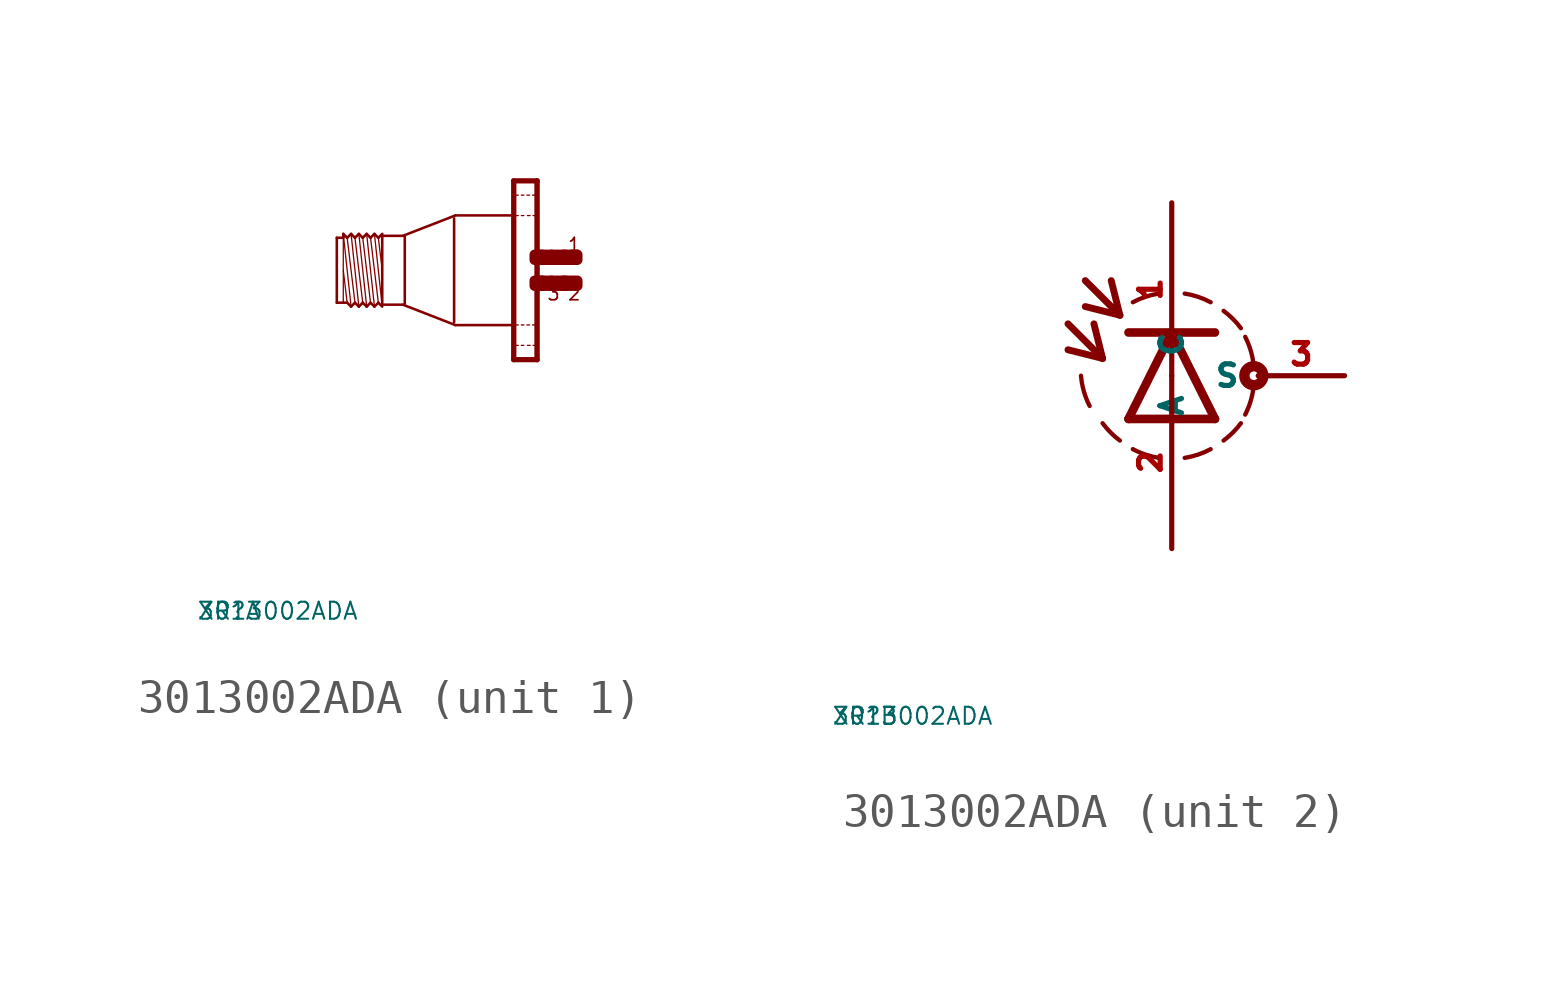
<source format=kicad_sym>
(kicad_symbol_lib
  (version 20220914)
  (generator Eagle2Kicad)
  (symbol "3013002ADA"
    (property "Reference" "XR"
      (at -10 -10 0)
      (effects (font (size 0.5 0.5) (thickness 0.06)) (justify left)))
    (property "Value" "3013002ADA"
      (at -10 -10 0)
      (effects (font (size 0.5 0.5) (thickness 0.06)) (justify left)))
    (symbol "3013002ADA_1_0"
      (polyline (pts (xy -4.548 -1.067) (xy -4.777 1.067)) (stroke (width 0.038) (type default)) (fill (type none)))
      (polyline (pts (xy -4.662 0.953) (xy -4.548 0)) (stroke (width 0.038) (type default)) (fill (type none)))
      (polyline (pts (xy -4.662 -0.953) (xy -4.891 0.953)) (stroke (width 0.038) (type default)) (fill (type none)))
      (polyline (pts (xy -4.777 -1.067) (xy -5.005 1.067)) (stroke (width 0.038) (type default)) (fill (type none)))
      (polyline (pts (xy -4.891 -0.953) (xy -5.12 0.953)) (stroke (width 0.038) (type default)) (fill (type none)))
      (polyline (pts (xy -5.005 -1.067) (xy -5.234 1.067)) (stroke (width 0.038) (type default)) (fill (type none)))
      (polyline (pts (xy -5.12 -0.953) (xy -5.348 0.953)) (stroke (width 0.038) (type default)) (fill (type none)))
      (polyline (pts (xy -5.234 -1.067) (xy -5.462 1.067)) (stroke (width 0.038) (type default)) (fill (type none)))
      (polyline (pts (xy -5.348 -0.953) (xy -5.577 0.953)) (stroke (width 0.038) (type default)) (fill (type none)))
      (polyline (pts (xy -5.462 -1.067) (xy -5.691 1.067)) (stroke (width 0.038) (type default)) (fill (type none)))
      (polyline (pts (xy -5.691 0) (xy -5.577 -0.953)) (stroke (width 0.038) (type default)) (fill (type none)))
      (polyline (pts (xy -5.691 1.029) (xy -5.691 0.953)) (stroke (width 0.038) (type default)) (fill (type none)))
      (polyline (pts (xy -5.691 0.953) (xy -5.691 -0.953)) (stroke (width 0.038) (type default)) (fill (type none)))
      (polyline (pts (xy -5.881 -0.953) (xy -5.881 0.953)) (stroke (width 0.076) (type default)) (fill (type none)))
      (polyline (pts (xy -5.881 0.953) (xy -5.691 0.953)) (stroke (width 0.076) (type default)) (fill (type none)))
      (polyline (pts (xy -5.691 0.953) (xy -5.691 1.067)) (stroke (width 0.076) (type default)) (fill (type none)))
      (polyline (pts (xy -5.691 1.067) (xy -5.577 0.953)) (stroke (width 0.076) (type default)) (fill (type none)))
      (polyline (pts (xy -5.577 0.953) (xy -5.462 1.067)) (stroke (width 0.076) (type default)) (fill (type none)))
      (polyline (pts (xy -5.462 1.067) (xy -5.348 0.953)) (stroke (width 0.076) (type default)) (fill (type none)))
      (polyline (pts (xy -5.348 0.953) (xy -5.234 1.067)) (stroke (width 0.076) (type default)) (fill (type none)))
      (polyline (pts (xy -5.234 1.067) (xy -5.12 0.953)) (stroke (width 0.076) (type default)) (fill (type none)))
      (polyline (pts (xy -5.12 0.953) (xy -5.005 1.067)) (stroke (width 0.076) (type default)) (fill (type none)))
      (polyline (pts (xy -4.777 1.067) (xy -4.662 0.953)) (stroke (width 0.076) (type default)) (fill (type none)))
      (polyline (pts (xy -4.662 0.953) (xy -4.548 1.067)) (stroke (width 0.076) (type default)) (fill (type none)))
      (polyline (pts (xy -4.548 -1.067) (xy -4.662 -0.953)) (stroke (width 0.076) (type default)) (fill (type none)))
      (polyline (pts (xy -4.662 -0.953) (xy -4.777 -1.067)) (stroke (width 0.076) (type default)) (fill (type none)))
      (polyline (pts (xy -4.777 -1.067) (xy -4.891 -0.953)) (stroke (width 0.076) (type default)) (fill (type none)))
      (polyline (pts (xy -4.891 -0.953) (xy -5.005 -1.067)) (stroke (width 0.076) (type default)) (fill (type none)))
      (polyline (pts (xy -5.005 -1.067) (xy -5.12 -0.953)) (stroke (width 0.076) (type default)) (fill (type none)))
      (polyline (pts (xy -5.12 -0.953) (xy -5.234 -1.067)) (stroke (width 0.076) (type default)) (fill (type none)))
      (polyline (pts (xy -5.234 -1.067) (xy -5.348 -0.953)) (stroke (width 0.076) (type default)) (fill (type none)))
      (polyline (pts (xy -5.348 -0.953) (xy -5.462 -1.067)) (stroke (width 0.076) (type default)) (fill (type none)))
      (polyline (pts (xy -5.462 -1.067) (xy -5.577 -0.953)) (stroke (width 0.076) (type default)) (fill (type none)))
      (polyline (pts (xy -5.577 -0.953) (xy -5.691 -0.953)) (stroke (width 0.076) (type default)) (fill (type none)))
      (polyline (pts (xy -5.691 -0.953) (xy -5.881 -0.953)) (stroke (width 0.076) (type default)) (fill (type none)))
      (polyline (pts (xy -4.548 1.029) (xy -4.548 1.01)) (stroke (width 0.076) (type default)) (fill (type none)))
      (polyline (pts (xy -4.548 1.01) (xy -4.548 -1.01)) (stroke (width 0.076) (type default)) (fill (type none)))
      (polyline (pts (xy -4.548 -1.01) (xy -4.548 -1.029)) (stroke (width 0.076) (type default)) (fill (type none)))
      (polyline (pts (xy -0.038 2.594) (xy -0.038 -2.594)) (stroke (width 0.076) (type default)) (fill (type none)))
      (polyline (pts (xy -0.038 -2.594) (xy -0.655 -2.594)) (stroke (width 0.076) (type default)) (fill (type none)))
      (polyline (pts (xy -0.655 -2.594) (xy -0.655 2.594)) (stroke (width 0.076) (type default)) (fill (type none)))
      (polyline (pts (xy -0.655 2.594) (xy -0.038 2.594)) (stroke (width 0.076) (type default)) (fill (type none)))
      (polyline (pts (xy -0.699 1.61) (xy -2.4 1.61)) (stroke (width 0.076) (type default)) (fill (type none)))
      (polyline (pts (xy -2.4 1.61) (xy -3.938 1.012)) (stroke (width 0.076) (type default)) (fill (type none)))
      (polyline (pts (xy -0.669 -1.61) (xy -2.4 -1.61)) (stroke (width 0.076) (type default)) (fill (type none)))
      (polyline (pts (xy -2.4 -1.61) (xy -3.938 -1.012)) (stroke (width 0.076) (type default)) (fill (type none)))
      (polyline (pts (xy -3.938 -1.01) (xy -4.548 -1.01)) (stroke (width 0.076) (type default)) (fill (type none)))
      (polyline (pts (xy -4.548 1.01) (xy -3.938 1.01)) (stroke (width 0.076) (type default)) (fill (type none)))
      (polyline (pts (xy -4.777 1.067) (xy -4.891 0.953)) (stroke (width 0.076) (type default)) (fill (type none)))
      (polyline (pts (xy -4.891 0.953) (xy -5.005 1.067)) (stroke (width 0.076) (type default)) (fill (type none)))
      (polyline (pts (xy 0 -2.625) (xy -0.69 -2.625)) (stroke (width 0) (type default)) (fill (type none)))
      (polyline (pts (xy 0 -2.625) (xy 0 2.625)) (stroke (width 0) (type default)) (fill (type none)))
      (polyline (pts (xy 0 2.625) (xy -0.69 2.625)) (stroke (width 0) (type default)) (fill (type none)))
      (polyline (pts (xy -0.69 2.625) (xy -0.69 -2.625)) (stroke (width 0) (type default)) (fill (type none)))
      (polyline (pts (xy -0.039 -1.605) (xy -0.135 -1.605)) (stroke (width 0.038) (type default)) (fill (type none)))
      (polyline (pts (xy -0.225 -1.605) (xy -0.3 -1.605)) (stroke (width 0.038) (type default)) (fill (type none)))
      (polyline (pts (xy -0.39 -1.605) (xy -0.465 -1.605)) (stroke (width 0.038) (type default)) (fill (type none)))
      (polyline (pts (xy -0.555 -1.605) (xy -0.633 -1.605)) (stroke (width 0.038) (type default)) (fill (type none)))
      (polyline (pts (xy -0.039 -2.205) (xy -0.12 -2.205)) (stroke (width 0.038) (type default)) (fill (type none)))
      (polyline (pts (xy -0.21 -2.205) (xy -0.285 -2.205)) (stroke (width 0.038) (type default)) (fill (type none)))
      (polyline (pts (xy -0.39 -2.205) (xy -0.465 -2.205)) (stroke (width 0.038) (type default)) (fill (type none)))
      (polyline (pts (xy -0.555 -2.205) (xy -0.633 -2.205)) (stroke (width 0.038) (type default)) (fill (type none)))
      (polyline (pts (xy -0.039 2.205) (xy -0.135 2.205)) (stroke (width 0.038) (type default)) (fill (type none)))
      (polyline (pts (xy -0.225 2.205) (xy -0.3 2.205)) (stroke (width 0.038) (type default)) (fill (type none)))
      (polyline (pts (xy -0.39 2.205) (xy -0.465 2.205)) (stroke (width 0.038) (type default)) (fill (type none)))
      (polyline (pts (xy -0.555 2.205) (xy -0.633 2.205)) (stroke (width 0.038) (type default)) (fill (type none)))
      (polyline (pts (xy -0.039 1.605) (xy -0.12 1.605)) (stroke (width 0.038) (type default)) (fill (type none)))
      (polyline (pts (xy -0.21 1.605) (xy -0.285 1.605)) (stroke (width 0.038) (type default)) (fill (type none)))
      (polyline (pts (xy -0.39 1.605) (xy -0.465 1.605)) (stroke (width 0.038) (type default)) (fill (type none)))
      (polyline (pts (xy -0.555 1.605) (xy -0.633 1.605)) (stroke (width 0.038) (type default)) (fill (type none)))
      (polyline (pts (xy -3.886 0.991) (xy -3.886 -0.991)) (stroke (width 0.076) (type default)) (fill (type none)))
      (polyline (pts (xy -2.438 1.524) (xy -2.438 -1.524)) (stroke (width 0.076) (type default)) (fill (type none)))
      (text "1" (at 0.876 0.533 0) (effects (font (size 0.381 0.381) (thickness 0.05)) (justify left bottom)))
      (text "3" (at 0.267 -0.914 0) (effects (font (size 0.381 0.381) (thickness 0.05)) (justify left bottom)))
      (text "2" (at 0.876 -0.914 0) (effects (font (size 0.381 0.381) (thickness 0.05)) (justify left bottom)))
      (rectangle (start 0.838 -0.457) (end 1.181 -0.305) (stroke (width 0.3) (type default)) (fill (type outline)))
      (rectangle (start 0.419 -0.457) (end 0.762 -0.305) (stroke (width 0.3) (type default)) (fill (type outline)))
      (rectangle (start 0.076 -0.457) (end 0.419 -0.305) (stroke (width 0.3) (type default)) (fill (type outline)))
      (rectangle (start -0.076 -0.457) (end 0.152 -0.305) (stroke (width 0.3) (type default)) (fill (type outline)))
      (rectangle (start 0.762 -0.457) (end 0.838 -0.305) (stroke (width 0.3) (type default)) (fill (type outline)))
      (rectangle (start 0.838 0.305) (end 1.181 0.457) (stroke (width 0.3) (type default)) (fill (type outline)))
      (rectangle (start 0.762 0.305) (end 0.838 0.457) (stroke (width 0.3) (type default)) (fill (type outline)))
      (rectangle (start 0.419 0.305) (end 0.762 0.457) (stroke (width 0.3) (type default)) (fill (type outline)))
      (rectangle (start 0.076 0.305) (end 0.419 0.457) (stroke (width 0.3) (type default)) (fill (type outline)))
      (rectangle (start -0.076 0.305) (end 0.152 0.457) (stroke (width 0.3) (type default)) (fill (type outline))))
    (symbol "3013002ADA_2_0"
      (arc (start 0.381 -2.413) (mid 0.773 -2.318) (end 1.143 -2.159) (stroke (width 0.127) (type default)) (fill (type none)))
      (arc (start 2.159 -1.143) (mid 2.329 -0.711) (end 2.413 -0.254) (stroke (width 0.127) (type default)) (fill (type none)))
      (arc (start 2.413 0.254) (mid 2.329 0.711) (end 2.159 1.143) (stroke (width 0.127) (type default)) (fill (type none)))
      (arc (start 2.032 1.397) (mid 1.797 1.670) (end 1.524 1.905) (stroke (width 0.127) (type default)) (fill (type none)))
      (arc (start 1.143 2.159) (mid 0.773 2.318) (end 0.381 2.413) (stroke (width 0.127) (type default)) (fill (type none)))
      (arc (start 1.524 -1.905) (mid 1.797 -1.670) (end 2.032 -1.397) (stroke (width 0.127) (type default)) (fill (type none)))
      (arc (start -0.381 2.413) (mid -0.773 2.318) (end -1.143 2.159) (stroke (width 0.127) (type default)) (fill (type none)))
      (polyline (pts (xy 1.27 -1.27) (xy 0 1.27)) (stroke (width 0.254) (type default)) (fill (type none)))
      (polyline (pts (xy 0 1.27) (xy -1.27 -1.27)) (stroke (width 0.254) (type default)) (fill (type none)))
      (polyline (pts (xy -1.27 1.27) (xy 0 1.27)) (stroke (width 0.254) (type default)) (fill (type none)))
      (polyline (pts (xy -1.27 -1.27) (xy 1.27 -1.27)) (stroke (width 0.254) (type default)) (fill (type none)))
      (polyline (pts (xy 0 1.27) (xy 1.27 1.27)) (stroke (width 0.254) (type default)) (fill (type none)))
      (polyline (pts (xy -3.048 1.524) (xy -2.032 0.508)) (stroke (width 0.203) (type default)) (fill (type none)))
      (polyline (pts (xy -2.032 0.508) (xy -2.286 1.524)) (stroke (width 0.203) (type default)) (fill (type none)))
      (polyline (pts (xy -2.032 0.508) (xy -3.048 0.762)) (stroke (width 0.203) (type default)) (fill (type none)))
      (polyline (pts (xy -2.54 2.794) (xy -1.524 1.778)) (stroke (width 0.203) (type default)) (fill (type none)))
      (polyline (pts (xy -1.524 1.778) (xy -1.778 2.794)) (stroke (width 0.203) (type default)) (fill (type none)))
      (polyline (pts (xy -1.524 1.778) (xy -2.54 2.032)) (stroke (width 0.203) (type default)) (fill (type none)))
      (arc (start -2.667 0) (mid -2.583 -0.457) (end -2.413 -0.889) (stroke (width 0.127) (type default)) (fill (type none)))
      (arc (start -2.032 -1.397) (mid -1.797 -1.670) (end -1.524 -1.905) (stroke (width 0.127) (type default)) (fill (type none)))
      (arc (start -1.143 -2.159) (mid -0.773 -2.318) (end -0.381 -2.413) (stroke (width 0.127) (type default)) (fill (type none)))
      (circle (center 2.413 0) (radius 0.127) (stroke (width 0.305) (type default)) (fill (type none)))
      (pin passive line (at 0 5.08 270) (length 5.08) (name "A" (effects (font (size 0.635 0.635) (thickness 0.08)) (justify left bottom))) (number "1" (effects (font (size 0.635 0.635) (thickness 0.08)) (justify left bottom))))
      (pin passive line (at 0 -5.08 90) (length 5.08) (name "C" (effects (font (size 0.635 0.635) (thickness 0.08)) (justify left bottom))) (number "2" (effects (font (size 0.635 0.635) (thickness 0.08)) (justify left bottom))))
      (pin passive line (at 5.08 0 180) (length 2.54) (name "S" (effects (font (size 0.635 0.635) (thickness 0.08)) (justify left bottom))) (number "3" (effects (font (size 0.635 0.635) (thickness 0.08)) (justify left bottom)))))))
</source>
